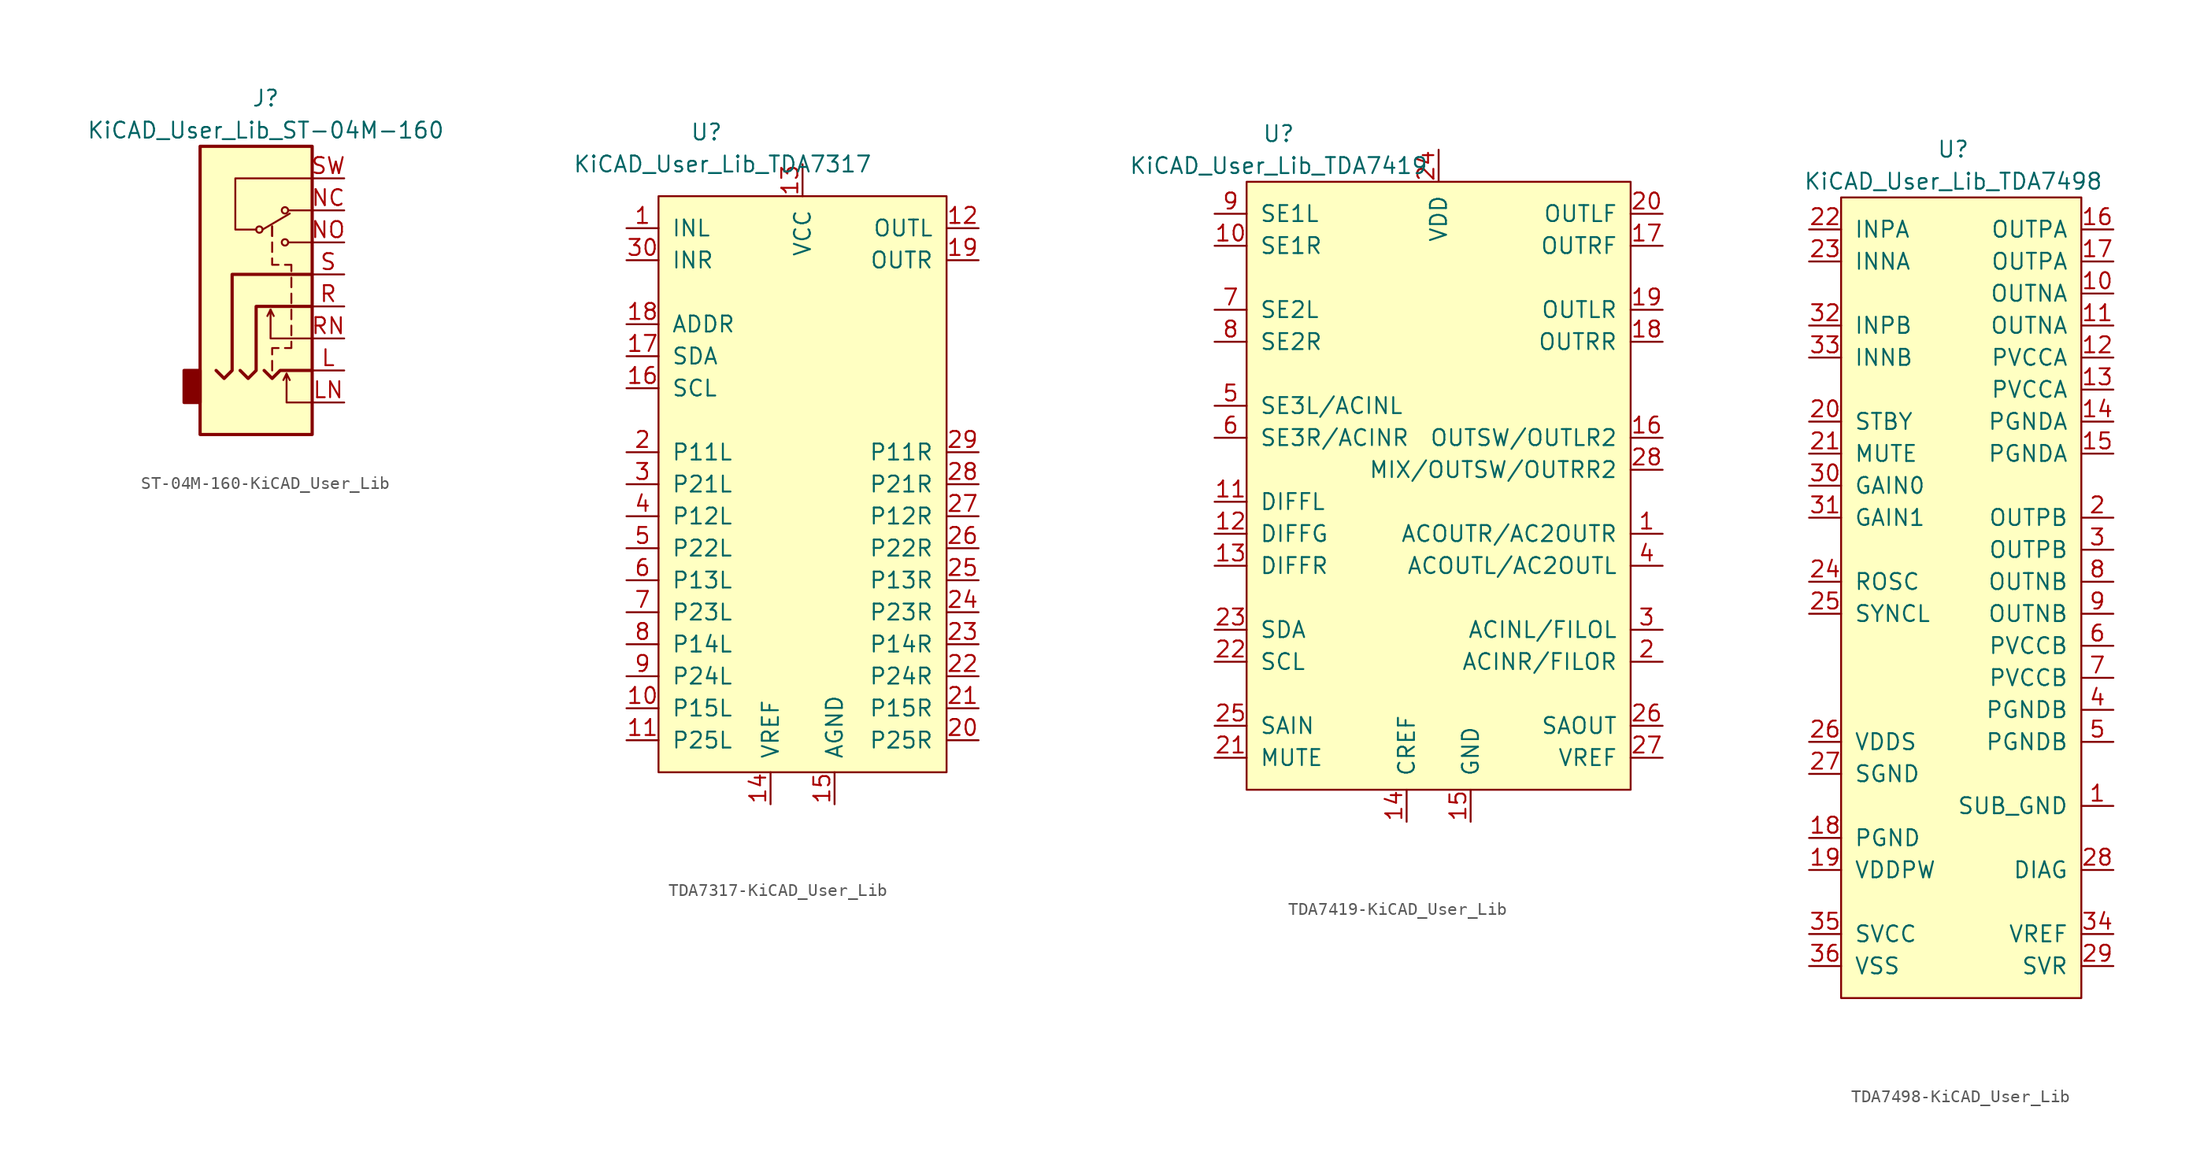
<source format=kicad_sym>
(kicad_symbol_lib
  (version 20220914)
  (generator kicad_symbol_editor)
  (symbol "ST-04M-160-KiCAD_User_Lib"
    (property "Reference" "J"
      (at 0.127 15.24 0)
      (effects (font (size 1.27 1.27))))
    (property "Value" "KiCAD_User_Lib_ST-04M-160"
      (at 0.127 12.7 0)
      (effects (font (size 1.27 1.27))))
    (symbol "ST-04M-160-KiCAD_User_Lib_0_1"
      (rectangle (start -5.08 -8.89) (end -6.35 -6.35) (stroke (width 0.254) (type solid)) (fill (type outline)))
      (polyline (pts (xy 3.81 8.89) (xy -2.286 8.89) (xy -2.286 4.826) (xy -0.635 4.826)) (stroke (width 0) (type solid)) (fill (type none)))
      (rectangle (start 3.81 11.43) (end -5.08 -11.43) (stroke (width 0.254) (type solid)) (fill (type background))))
    (symbol "ST-04M-160-KiCAD_User_Lib_1_1"
      (circle (center -0.381 4.826) (radius 0.254) (stroke (width 0) (type solid)) (fill (type none)))
      (polyline (pts (xy -0.127 4.826) (xy 2.032 6.096)) (stroke (width 0) (type solid)) (fill (type none)))
      (polyline (pts (xy 0.508 -1.524) (xy 0.762 -2.032)) (stroke (width 0) (type solid)) (fill (type none)))
      (polyline (pts (xy 0.635 -5.588) (xy 0.635 -6.35)) (stroke (width 0) (type solid)) (fill (type none)))
      (polyline (pts (xy 0.635 3.048) (xy 0.635 3.81)) (stroke (width 0) (type solid)) (fill (type none)))
      (polyline (pts (xy 0.635 4.318) (xy 0.635 5.08)) (stroke (width 0) (type solid)) (fill (type none)))
      (polyline (pts (xy 0.635 4.318) (xy 0.635 5.08)) (stroke (width 0) (type solid)) (fill (type none)))
      (polyline (pts (xy 1.778 -6.604) (xy 2.032 -7.112)) (stroke (width 0) (type solid)) (fill (type none)))
      (polyline (pts (xy 1.905 3.81) (xy 3.81 3.81)) (stroke (width 0) (type solid)) (fill (type none)))
      (polyline (pts (xy 1.905 6.35) (xy 3.81 6.35)) (stroke (width 0) (type solid)) (fill (type none)))
      (polyline (pts (xy 2.159 -2.794) (xy 2.159 -3.556)) (stroke (width 0) (type solid)) (fill (type none)))
      (polyline (pts (xy 2.159 -1.524) (xy 2.159 -2.286)) (stroke (width 0) (type solid)) (fill (type none)))
      (polyline (pts (xy 2.159 -0.254) (xy 2.159 -1.016)) (stroke (width 0) (type solid)) (fill (type none)))
      (polyline (pts (xy 2.159 1.016) (xy 2.159 0.254)) (stroke (width 0) (type solid)) (fill (type none)))
      (polyline (pts (xy 0.635 -5.08) (xy 0.635 -4.572) (xy 1.143 -4.572)) (stroke (width 0) (type solid)) (fill (type none)))
      (polyline (pts (xy 0.635 2.54) (xy 0.635 2.032) (xy 1.143 2.032)) (stroke (width 0) (type solid)) (fill (type none)))
      (polyline (pts (xy 2.159 -4.064) (xy 2.159 -4.572) (xy 1.651 -4.572)) (stroke (width 0) (type solid)) (fill (type none)))
      (polyline (pts (xy 2.159 1.524) (xy 2.159 2.032) (xy 1.651 2.032)) (stroke (width 0) (type solid)) (fill (type none)))
      (polyline (pts (xy 0 -6.35) (xy 0.635 -6.985) (xy 1.27 -6.35) (xy 3.81 -6.35)) (stroke (width 0.254) (type solid)) (fill (type none)))
      (polyline (pts (xy 3.81 -8.89) (xy 1.778 -8.89) (xy 1.778 -6.604) (xy 1.524 -7.112)) (stroke (width 0) (type solid)) (fill (type none)))
      (polyline (pts (xy 3.81 -3.81) (xy 0.508 -3.81) (xy 0.508 -1.524) (xy 0.254 -2.032)) (stroke (width 0) (type solid)) (fill (type none)))
      (polyline (pts (xy 3.81 -1.27) (xy -0.635 -1.27) (xy -0.635 -6.35) (xy -1.27 -6.985) (xy -1.905 -6.35)) (stroke (width 0.254) (type solid)) (fill (type none)))
      (polyline (pts (xy 3.81 1.27) (xy -2.54 1.27) (xy -2.54 -6.35) (xy -3.175 -6.985) (xy -3.81 -6.35)) (stroke (width 0.254) (type solid)) (fill (type none)))
      (circle (center 1.651 3.81) (radius 0.254) (stroke (width 0) (type solid)) (fill (type none)))
      (circle (center 1.651 6.35) (radius 0.254) (stroke (width 0) (type solid)) (fill (type none)))
      (pin passive line (at 6.35 -6.35 180) (length 2.54) (name "~" (effects (font (size 1.27 1.27)))) (number "L" (effects (font (size 1.27 1.27)))))
      (pin passive line (at 6.35 -8.89 180) (length 2.54) (name "~" (effects (font (size 1.27 1.27)))) (number "LN" (effects (font (size 1.27 1.27)))))
      (pin passive line (at 6.35 6.35 180) (length 2.54) (name "~" (effects (font (size 1.27 1.27)))) (number "NC" (effects (font (size 1.27 1.27)))))
      (pin passive line (at 6.35 3.81 180) (length 2.54) (name "~" (effects (font (size 1.27 1.27)))) (number "NO" (effects (font (size 1.27 1.27)))))
      (pin passive line (at 6.35 -1.27 180) (length 2.54) (name "~" (effects (font (size 1.27 1.27)))) (number "R" (effects (font (size 1.27 1.27)))))
      (pin passive line (at 6.35 -3.81 180) (length 2.54) (name "~" (effects (font (size 1.27 1.27)))) (number "RN" (effects (font (size 1.27 1.27)))))
      (pin passive line (at 6.35 1.27 180) (length 2.54) (name "~" (effects (font (size 1.27 1.27)))) (number "S" (effects (font (size 1.27 1.27)))))
      (pin passive line (at 6.35 8.89 180) (length 2.54) (name "~" (effects (font (size 1.27 1.27)))) (number "SW" (effects (font (size 1.27 1.27)))))))
  (symbol "TDA7317-KiCAD_User_Lib"
    (pin_names
      (offset 1.016))
    (property "Reference" "U"
      (at -7.62 29.21 0)
      (effects (font (size 1.27 1.27))))
    (property "Value" "KiCAD_User_Lib_TDA7317"
      (at -6.35 26.67 0)
      (effects (font (size 1.27 1.27))))
    (symbol "TDA7317-KiCAD_User_Lib_0_1"
      (rectangle (start -11.43 24.13) (end 11.43 -21.59) (stroke (width 0) (type solid)) (fill (type background))))
    (symbol "TDA7317-KiCAD_User_Lib_1_1"
      (pin input line (at -13.97 21.59 0) (length 2.54) (name "INL" (effects (font (size 1.27 1.27)))) (number "1" (effects (font (size 1.27 1.27)))))
      (pin passive line (at -13.97 -16.51 0) (length 2.54) (name "P15L" (effects (font (size 1.27 1.27)))) (number "10" (effects (font (size 1.27 1.27)))))
      (pin passive line (at -13.97 -19.05 0) (length 2.54) (name "P25L" (effects (font (size 1.27 1.27)))) (number "11" (effects (font (size 1.27 1.27)))))
      (pin output line (at 13.97 21.59 180) (length 2.54) (name "OUTL" (effects (font (size 1.27 1.27)))) (number "12" (effects (font (size 1.27 1.27)))))
      (pin power_in line (at 0 26.67 270) (length 2.54) (name "VCC" (effects (font (size 1.27 1.27)))) (number "13" (effects (font (size 1.27 1.27)))))
      (pin power_out line (at -2.54 -24.13 90) (length 2.54) (name "VREF" (effects (font (size 1.27 1.27)))) (number "14" (effects (font (size 1.27 1.27)))))
      (pin power_in line (at 2.54 -24.13 90) (length 2.54) (name "AGND" (effects (font (size 1.27 1.27)))) (number "15" (effects (font (size 1.27 1.27)))))
      (pin open_collector line (at -13.97 8.89 0) (length 2.54) (name "SCL" (effects (font (size 1.27 1.27)))) (number "16" (effects (font (size 1.27 1.27)))))
      (pin open_collector line (at -13.97 11.43 0) (length 2.54) (name "SDA" (effects (font (size 1.27 1.27)))) (number "17" (effects (font (size 1.27 1.27)))))
      (pin passive line (at -13.97 13.97 0) (length 2.54) (name "ADDR" (effects (font (size 1.27 1.27)))) (number "18" (effects (font (size 1.27 1.27)))))
      (pin output line (at 13.97 19.05 180) (length 2.54) (name "OUTR" (effects (font (size 1.27 1.27)))) (number "19" (effects (font (size 1.27 1.27)))))
      (pin passive line (at -13.97 3.81 0) (length 2.54) (name "P11L" (effects (font (size 1.27 1.27)))) (number "2" (effects (font (size 1.27 1.27)))))
      (pin passive line (at 13.97 -19.05 180) (length 2.54) (name "P25R" (effects (font (size 1.27 1.27)))) (number "20" (effects (font (size 1.27 1.27)))))
      (pin passive line (at 13.97 -16.51 180) (length 2.54) (name "P15R" (effects (font (size 1.27 1.27)))) (number "21" (effects (font (size 1.27 1.27)))))
      (pin passive line (at 13.97 -13.97 180) (length 2.54) (name "P24R" (effects (font (size 1.27 1.27)))) (number "22" (effects (font (size 1.27 1.27)))))
      (pin passive line (at 13.97 -11.43 180) (length 2.54) (name "P14R" (effects (font (size 1.27 1.27)))) (number "23" (effects (font (size 1.27 1.27)))))
      (pin passive line (at 13.97 -8.89 180) (length 2.54) (name "P23R" (effects (font (size 1.27 1.27)))) (number "24" (effects (font (size 1.27 1.27)))))
      (pin passive line (at 13.97 -6.35 180) (length 2.54) (name "P13R" (effects (font (size 1.27 1.27)))) (number "25" (effects (font (size 1.27 1.27)))))
      (pin passive line (at 13.97 -3.81 180) (length 2.54) (name "P22R" (effects (font (size 1.27 1.27)))) (number "26" (effects (font (size 1.27 1.27)))))
      (pin passive line (at 13.97 -1.27 180) (length 2.54) (name "P12R" (effects (font (size 1.27 1.27)))) (number "27" (effects (font (size 1.27 1.27)))))
      (pin passive line (at 13.97 1.27 180) (length 2.54) (name "P21R" (effects (font (size 1.27 1.27)))) (number "28" (effects (font (size 1.27 1.27)))))
      (pin passive line (at 13.97 3.81 180) (length 2.54) (name "P11R" (effects (font (size 1.27 1.27)))) (number "29" (effects (font (size 1.27 1.27)))))
      (pin passive line (at -13.97 1.27 0) (length 2.54) (name "P21L" (effects (font (size 1.27 1.27)))) (number "3" (effects (font (size 1.27 1.27)))))
      (pin input line (at -13.97 19.05 0) (length 2.54) (name "INR" (effects (font (size 1.27 1.27)))) (number "30" (effects (font (size 1.27 1.27)))))
      (pin passive line (at -13.97 -1.27 0) (length 2.54) (name "P12L" (effects (font (size 1.27 1.27)))) (number "4" (effects (font (size 1.27 1.27)))))
      (pin passive line (at -13.97 -3.81 0) (length 2.54) (name "P22L" (effects (font (size 1.27 1.27)))) (number "5" (effects (font (size 1.27 1.27)))))
      (pin passive line (at -13.97 -6.35 0) (length 2.54) (name "P13L" (effects (font (size 1.27 1.27)))) (number "6" (effects (font (size 1.27 1.27)))))
      (pin passive line (at -13.97 -8.89 0) (length 2.54) (name "P23L" (effects (font (size 1.27 1.27)))) (number "7" (effects (font (size 1.27 1.27)))))
      (pin passive line (at -13.97 -11.43 0) (length 2.54) (name "P14L" (effects (font (size 1.27 1.27)))) (number "8" (effects (font (size 1.27 1.27)))))
      (pin passive line (at -13.97 -13.97 0) (length 2.54) (name "P24L" (effects (font (size 1.27 1.27)))) (number "9" (effects (font (size 1.27 1.27)))))))
  (symbol "TDA7419-KiCAD_User_Lib"
    (pin_names
      (offset 1.016))
    (property "Reference" "U"
      (at -12.7 26.67 0)
      (effects (font (size 1.27 1.27))))
    (property "Value" "KiCAD_User_Lib_TDA7419"
      (at -12.7 24.13 0)
      (effects (font (size 1.27 1.27))))
    (symbol "TDA7419-KiCAD_User_Lib_0_1"
      (rectangle (start -15.24 22.86) (end 15.24 -25.4) (stroke (width 0) (type solid)) (fill (type background))))
    (symbol "TDA7419-KiCAD_User_Lib_1_1"
      (pin output line (at 17.78 -5.08 180) (length 2.54) (name "ACOUTR/AC2OUTR" (effects (font (size 1.27 1.27)))) (number "1" (effects (font (size 1.27 1.27)))))
      (pin input line (at -17.78 17.78 0) (length 2.54) (name "SE1R" (effects (font (size 1.27 1.27)))) (number "10" (effects (font (size 1.27 1.27)))))
      (pin input line (at -17.78 -2.54 0) (length 2.54) (name "DIFFL" (effects (font (size 1.27 1.27)))) (number "11" (effects (font (size 1.27 1.27)))))
      (pin input line (at -17.78 -5.08 0) (length 2.54) (name "DIFFG" (effects (font (size 1.27 1.27)))) (number "12" (effects (font (size 1.27 1.27)))))
      (pin input line (at -17.78 -7.62 0) (length 2.54) (name "DIFFR" (effects (font (size 1.27 1.27)))) (number "13" (effects (font (size 1.27 1.27)))))
      (pin power_out line (at -2.54 -27.94 90) (length 2.54) (name "CREF" (effects (font (size 1.27 1.27)))) (number "14" (effects (font (size 1.27 1.27)))))
      (pin power_in line (at 2.54 -27.94 90) (length 2.54) (name "GND" (effects (font (size 1.27 1.27)))) (number "15" (effects (font (size 1.27 1.27)))))
      (pin output line (at 17.78 2.54 180) (length 2.54) (name "OUTSW/OUTLR2" (effects (font (size 1.27 1.27)))) (number "16" (effects (font (size 1.27 1.27)))))
      (pin output line (at 17.78 17.78 180) (length 2.54) (name "OUTRF" (effects (font (size 1.27 1.27)))) (number "17" (effects (font (size 1.27 1.27)))))
      (pin output line (at 17.78 10.16 180) (length 2.54) (name "OUTRR" (effects (font (size 1.27 1.27)))) (number "18" (effects (font (size 1.27 1.27)))))
      (pin output line (at 17.78 12.7 180) (length 2.54) (name "OUTLR" (effects (font (size 1.27 1.27)))) (number "19" (effects (font (size 1.27 1.27)))))
      (pin bidirectional line (at 17.78 -15.24 180) (length 2.54) (name "ACINR/FILOR" (effects (font (size 1.27 1.27)))) (number "2" (effects (font (size 1.27 1.27)))))
      (pin output line (at 17.78 20.32 180) (length 2.54) (name "OUTLF" (effects (font (size 1.27 1.27)))) (number "20" (effects (font (size 1.27 1.27)))))
      (pin input line (at -17.78 -22.86 0) (length 2.54) (name "MUTE" (effects (font (size 1.27 1.27)))) (number "21" (effects (font (size 1.27 1.27)))))
      (pin open_collector line (at -17.78 -15.24 0) (length 2.54) (name "SCL" (effects (font (size 1.27 1.27)))) (number "22" (effects (font (size 1.27 1.27)))))
      (pin open_collector line (at -17.78 -12.7 0) (length 2.54) (name "SDA" (effects (font (size 1.27 1.27)))) (number "23" (effects (font (size 1.27 1.27)))))
      (pin power_in line (at 0 25.4 270) (length 2.54) (name "VDD" (effects (font (size 1.27 1.27)))) (number "24" (effects (font (size 1.27 1.27)))))
      (pin input line (at -17.78 -20.32 0) (length 2.54) (name "SAIN" (effects (font (size 1.27 1.27)))) (number "25" (effects (font (size 1.27 1.27)))))
      (pin output line (at 17.78 -20.32 180) (length 2.54) (name "SAOUT" (effects (font (size 1.27 1.27)))) (number "26" (effects (font (size 1.27 1.27)))))
      (pin power_out line (at 17.78 -22.86 180) (length 2.54) (name "VREF" (effects (font (size 1.27 1.27)))) (number "27" (effects (font (size 1.27 1.27)))))
      (pin bidirectional line (at 17.78 0 180) (length 2.54) (name "MIX/OUTSW/OUTRR2" (effects (font (size 1.27 1.27)))) (number "28" (effects (font (size 1.27 1.27)))))
      (pin bidirectional line (at 17.78 -12.7 180) (length 2.54) (name "ACINL/FILOL" (effects (font (size 1.27 1.27)))) (number "3" (effects (font (size 1.27 1.27)))))
      (pin output line (at 17.78 -7.62 180) (length 2.54) (name "ACOUTL/AC2OUTL" (effects (font (size 1.27 1.27)))) (number "4" (effects (font (size 1.27 1.27)))))
      (pin input line (at -17.78 5.08 0) (length 2.54) (name "SE3L/ACINL" (effects (font (size 1.27 1.27)))) (number "5" (effects (font (size 1.27 1.27)))))
      (pin input line (at -17.78 2.54 0) (length 2.54) (name "SE3R/ACINR" (effects (font (size 1.27 1.27)))) (number "6" (effects (font (size 1.27 1.27)))))
      (pin input line (at -17.78 12.7 0) (length 2.54) (name "SE2L" (effects (font (size 1.27 1.27)))) (number "7" (effects (font (size 1.27 1.27)))))
      (pin input line (at -17.78 10.16 0) (length 2.54) (name "SE2R" (effects (font (size 1.27 1.27)))) (number "8" (effects (font (size 1.27 1.27)))))
      (pin input line (at -17.78 20.32 0) (length 2.54) (name "SE1L" (effects (font (size 1.27 1.27)))) (number "9" (effects (font (size 1.27 1.27)))))))
  (symbol "TDA7498-KiCAD_User_Lib"
    (pin_names
      (offset 1.016))
    (property "Reference" "U"
      (at 0 34.29 0)
      (effects (font (size 1.27 1.27))))
    (property "Value" "KiCAD_User_Lib_TDA7498"
      (at 0 31.75 0)
      (effects (font (size 1.27 1.27))))
    (symbol "TDA7498-KiCAD_User_Lib_0_1"
      (rectangle (start -8.89 30.48) (end 10.16 -33.02) (stroke (width 0) (type solid)) (fill (type background))))
    (symbol "TDA7498-KiCAD_User_Lib_1_1"
      (pin power_in line (at 12.7 -17.78 180) (length 2.54) (name "SUB_GND" (effects (font (size 1.27 1.27)))) (number "1" (effects (font (size 1.27 1.27)))))
      (pin output line (at 12.7 22.86 180) (length 2.54) (name "OUTNA" (effects (font (size 1.27 1.27)))) (number "10" (effects (font (size 1.27 1.27)))))
      (pin output line (at 12.7 20.32 180) (length 2.54) (name "OUTNA" (effects (font (size 1.27 1.27)))) (number "11" (effects (font (size 1.27 1.27)))))
      (pin power_in line (at 12.7 17.78 180) (length 2.54) (name "PVCCA" (effects (font (size 1.27 1.27)))) (number "12" (effects (font (size 1.27 1.27)))))
      (pin power_in line (at 12.7 15.24 180) (length 2.54) (name "PVCCA" (effects (font (size 1.27 1.27)))) (number "13" (effects (font (size 1.27 1.27)))))
      (pin power_in line (at 12.7 12.7 180) (length 2.54) (name "PGNDA" (effects (font (size 1.27 1.27)))) (number "14" (effects (font (size 1.27 1.27)))))
      (pin power_in line (at 12.7 10.16 180) (length 2.54) (name "PGNDA" (effects (font (size 1.27 1.27)))) (number "15" (effects (font (size 1.27 1.27)))))
      (pin output line (at 12.7 27.94 180) (length 2.54) (name "OUTPA" (effects (font (size 1.27 1.27)))) (number "16" (effects (font (size 1.27 1.27)))))
      (pin output line (at 12.7 25.4 180) (length 2.54) (name "OUTPA" (effects (font (size 1.27 1.27)))) (number "17" (effects (font (size 1.27 1.27)))))
      (pin power_in line (at -11.43 -20.32 0) (length 2.54) (name "PGND" (effects (font (size 1.27 1.27)))) (number "18" (effects (font (size 1.27 1.27)))))
      (pin power_out line (at -11.43 -22.86 0) (length 2.54) (name "VDDPW" (effects (font (size 1.27 1.27)))) (number "19" (effects (font (size 1.27 1.27)))))
      (pin output line (at 12.7 5.08 180) (length 2.54) (name "OUTPB" (effects (font (size 1.27 1.27)))) (number "2" (effects (font (size 1.27 1.27)))))
      (pin input line (at -11.43 12.7 0) (length 2.54) (name "STBY" (effects (font (size 1.27 1.27)))) (number "20" (effects (font (size 1.27 1.27)))))
      (pin input line (at -11.43 10.16 0) (length 2.54) (name "MUTE" (effects (font (size 1.27 1.27)))) (number "21" (effects (font (size 1.27 1.27)))))
      (pin input line (at -11.43 27.94 0) (length 2.54) (name "INPA" (effects (font (size 1.27 1.27)))) (number "22" (effects (font (size 1.27 1.27)))))
      (pin input line (at -11.43 25.4 0) (length 2.54) (name "INNA" (effects (font (size 1.27 1.27)))) (number "23" (effects (font (size 1.27 1.27)))))
      (pin output line (at -11.43 0 0) (length 2.54) (name "ROSC" (effects (font (size 1.27 1.27)))) (number "24" (effects (font (size 1.27 1.27)))))
      (pin bidirectional line (at -11.43 -2.54 0) (length 2.54) (name "SYNCL" (effects (font (size 1.27 1.27)))) (number "25" (effects (font (size 1.27 1.27)))))
      (pin power_out line (at -11.43 -12.7 0) (length 2.54) (name "VDDS" (effects (font (size 1.27 1.27)))) (number "26" (effects (font (size 1.27 1.27)))))
      (pin power_in line (at -11.43 -15.24 0) (length 2.54) (name "SGND" (effects (font (size 1.27 1.27)))) (number "27" (effects (font (size 1.27 1.27)))))
      (pin output line (at 12.7 -22.86 180) (length 2.54) (name "DIAG" (effects (font (size 1.27 1.27)))) (number "28" (effects (font (size 1.27 1.27)))))
      (pin output line (at 12.7 -30.48 180) (length 2.54) (name "SVR" (effects (font (size 1.27 1.27)))) (number "29" (effects (font (size 1.27 1.27)))))
      (pin output line (at 12.7 2.54 180) (length 2.54) (name "OUTPB" (effects (font (size 1.27 1.27)))) (number "3" (effects (font (size 1.27 1.27)))))
      (pin input line (at -11.43 7.62 0) (length 2.54) (name "GAIN0" (effects (font (size 1.27 1.27)))) (number "30" (effects (font (size 1.27 1.27)))))
      (pin input line (at -11.43 5.08 0) (length 2.54) (name "GAIN1" (effects (font (size 1.27 1.27)))) (number "31" (effects (font (size 1.27 1.27)))))
      (pin input line (at -11.43 20.32 0) (length 2.54) (name "INPB" (effects (font (size 1.27 1.27)))) (number "32" (effects (font (size 1.27 1.27)))))
      (pin input line (at -11.43 17.78 0) (length 2.54) (name "INNB" (effects (font (size 1.27 1.27)))) (number "33" (effects (font (size 1.27 1.27)))))
      (pin output line (at 12.7 -27.94 180) (length 2.54) (name "VREF" (effects (font (size 1.27 1.27)))) (number "34" (effects (font (size 1.27 1.27)))))
      (pin power_in line (at -11.43 -27.94 0) (length 2.54) (name "SVCC" (effects (font (size 1.27 1.27)))) (number "35" (effects (font (size 1.27 1.27)))))
      (pin power_in line (at -11.43 -30.48 0) (length 2.54) (name "VSS" (effects (font (size 1.27 1.27)))) (number "36" (effects (font (size 1.27 1.27)))))
      (pin power_in line (at 12.7 -10.16 180) (length 2.54) (name "PGNDB" (effects (font (size 1.27 1.27)))) (number "4" (effects (font (size 1.27 1.27)))))
      (pin power_in line (at 12.7 -12.7 180) (length 2.54) (name "PGNDB" (effects (font (size 1.27 1.27)))) (number "5" (effects (font (size 1.27 1.27)))))
      (pin power_in line (at 12.7 -5.08 180) (length 2.54) (name "PVCCB" (effects (font (size 1.27 1.27)))) (number "6" (effects (font (size 1.27 1.27)))))
      (pin power_in line (at 12.7 -7.62 180) (length 2.54) (name "PVCCB" (effects (font (size 1.27 1.27)))) (number "7" (effects (font (size 1.27 1.27)))))
      (pin output line (at 12.7 0 180) (length 2.54) (name "OUTNB" (effects (font (size 1.27 1.27)))) (number "8" (effects (font (size 1.27 1.27)))))
      (pin output line (at 12.7 -2.54 180) (length 2.54) (name "OUTNB" (effects (font (size 1.27 1.27)))) (number "9" (effects (font (size 1.27 1.27))))))))
</source>
